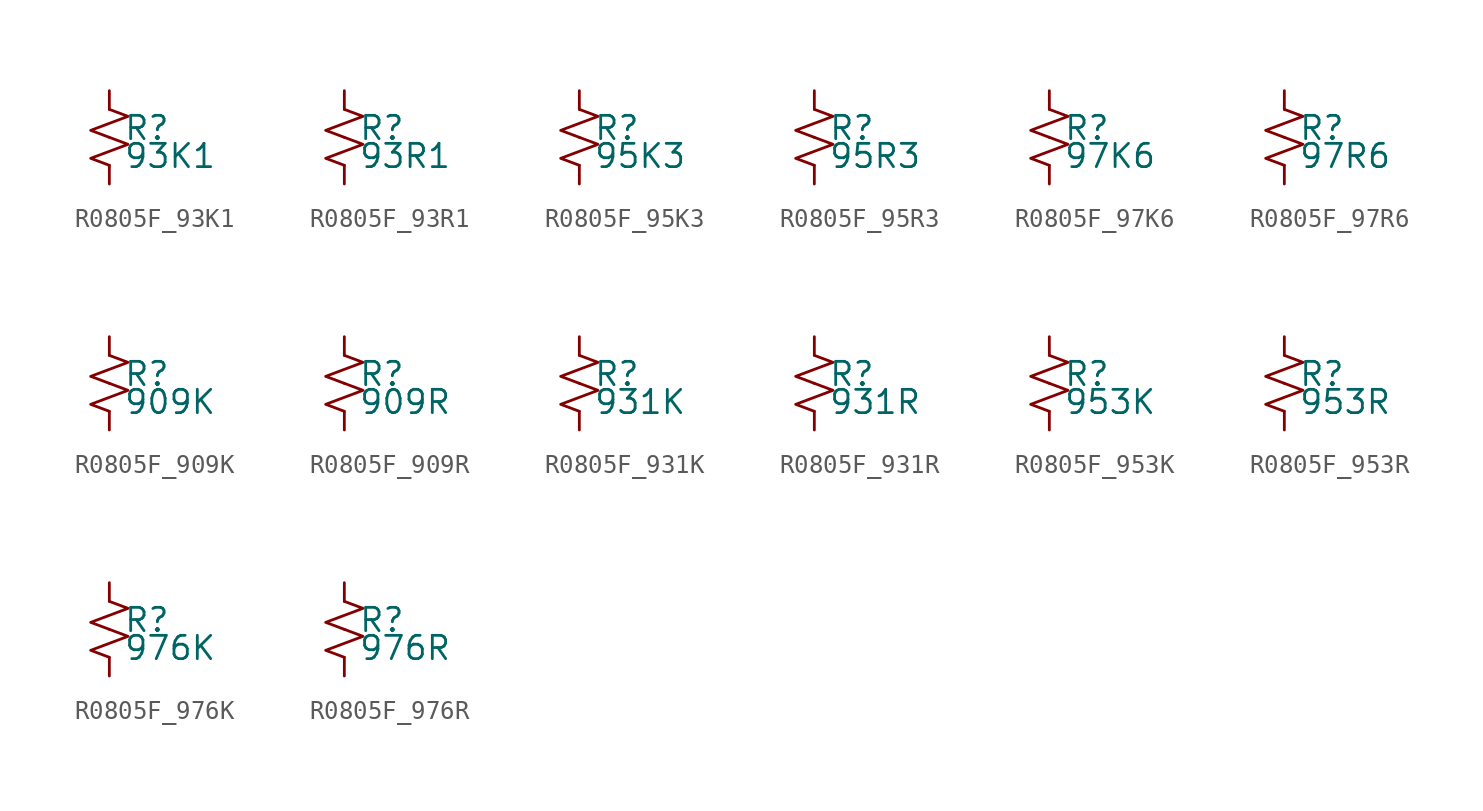
<source format=kicad_sym>
(kicad_symbol_lib
  (version 20220914)
  (generator kicad_symbol_editor)
  (symbol "R0805F_93K1"
    (pin_numbers hide)
    (pin_names
      (offset 0.254) hide)
    (property "Reference" "R"
      (at 0.762 0.508 0)
      (effects (font (size 1.27 1.27)) (justify left)))
    (property "Value" "93K1"
      (at 0.762 -1.016 0)
      (effects (font (size 1.27 1.27)) (justify left)))
    (symbol "R0805F_93K1_1_1"
      (polyline (pts (xy 0 0) (xy 1.016 -0.381) (xy 0 -0.762) (xy -1.016 -1.143) (xy 0 -1.524)) (stroke (width 0) (type default)) (fill (type none)))
      (polyline (pts (xy 0 1.524) (xy 1.016 1.143) (xy 0 0.762) (xy -1.016 0.381) (xy 0 0)) (stroke (width 0) (type default)) (fill (type none)))
      (pin passive line (at 0 2.54 270) (length 1.016) (name "~" (effects (font (size 1.27 1.27)))) (number "1" (effects (font (size 1.27 1.27)))))
      (pin passive line (at 0 -2.54 90) (length 1.016) (name "~" (effects (font (size 1.27 1.27)))) (number "2" (effects (font (size 1.27 1.27)))))))
  (symbol "R0805F_93R1"
    (pin_numbers hide)
    (pin_names
      (offset 0.254) hide)
    (property "Reference" "R"
      (at 0.762 0.508 0)
      (effects (font (size 1.27 1.27)) (justify left)))
    (property "Value" "93R1"
      (at 0.762 -1.016 0)
      (effects (font (size 1.27 1.27)) (justify left)))
    (symbol "R0805F_93R1_1_1"
      (polyline (pts (xy 0 0) (xy 1.016 -0.381) (xy 0 -0.762) (xy -1.016 -1.143) (xy 0 -1.524)) (stroke (width 0) (type default)) (fill (type none)))
      (polyline (pts (xy 0 1.524) (xy 1.016 1.143) (xy 0 0.762) (xy -1.016 0.381) (xy 0 0)) (stroke (width 0) (type default)) (fill (type none)))
      (pin passive line (at 0 2.54 270) (length 1.016) (name "~" (effects (font (size 1.27 1.27)))) (number "1" (effects (font (size 1.27 1.27)))))
      (pin passive line (at 0 -2.54 90) (length 1.016) (name "~" (effects (font (size 1.27 1.27)))) (number "2" (effects (font (size 1.27 1.27)))))))
  (symbol "R0805F_95K3"
    (pin_numbers hide)
    (pin_names
      (offset 0.254) hide)
    (property "Reference" "R"
      (at 0.762 0.508 0)
      (effects (font (size 1.27 1.27)) (justify left)))
    (property "Value" "95K3"
      (at 0.762 -1.016 0)
      (effects (font (size 1.27 1.27)) (justify left)))
    (symbol "R0805F_95K3_1_1"
      (polyline (pts (xy 0 0) (xy 1.016 -0.381) (xy 0 -0.762) (xy -1.016 -1.143) (xy 0 -1.524)) (stroke (width 0) (type default)) (fill (type none)))
      (polyline (pts (xy 0 1.524) (xy 1.016 1.143) (xy 0 0.762) (xy -1.016 0.381) (xy 0 0)) (stroke (width 0) (type default)) (fill (type none)))
      (pin passive line (at 0 2.54 270) (length 1.016) (name "~" (effects (font (size 1.27 1.27)))) (number "1" (effects (font (size 1.27 1.27)))))
      (pin passive line (at 0 -2.54 90) (length 1.016) (name "~" (effects (font (size 1.27 1.27)))) (number "2" (effects (font (size 1.27 1.27)))))))
  (symbol "R0805F_95R3"
    (pin_numbers hide)
    (pin_names
      (offset 0.254) hide)
    (property "Reference" "R"
      (at 0.762 0.508 0)
      (effects (font (size 1.27 1.27)) (justify left)))
    (property "Value" "95R3"
      (at 0.762 -1.016 0)
      (effects (font (size 1.27 1.27)) (justify left)))
    (symbol "R0805F_95R3_1_1"
      (polyline (pts (xy 0 0) (xy 1.016 -0.381) (xy 0 -0.762) (xy -1.016 -1.143) (xy 0 -1.524)) (stroke (width 0) (type default)) (fill (type none)))
      (polyline (pts (xy 0 1.524) (xy 1.016 1.143) (xy 0 0.762) (xy -1.016 0.381) (xy 0 0)) (stroke (width 0) (type default)) (fill (type none)))
      (pin passive line (at 0 2.54 270) (length 1.016) (name "~" (effects (font (size 1.27 1.27)))) (number "1" (effects (font (size 1.27 1.27)))))
      (pin passive line (at 0 -2.54 90) (length 1.016) (name "~" (effects (font (size 1.27 1.27)))) (number "2" (effects (font (size 1.27 1.27)))))))
  (symbol "R0805F_97K6"
    (pin_numbers hide)
    (pin_names
      (offset 0.254) hide)
    (property "Reference" "R"
      (at 0.762 0.508 0)
      (effects (font (size 1.27 1.27)) (justify left)))
    (property "Value" "97K6"
      (at 0.762 -1.016 0)
      (effects (font (size 1.27 1.27)) (justify left)))
    (symbol "R0805F_97K6_1_1"
      (polyline (pts (xy 0 0) (xy 1.016 -0.381) (xy 0 -0.762) (xy -1.016 -1.143) (xy 0 -1.524)) (stroke (width 0) (type default)) (fill (type none)))
      (polyline (pts (xy 0 1.524) (xy 1.016 1.143) (xy 0 0.762) (xy -1.016 0.381) (xy 0 0)) (stroke (width 0) (type default)) (fill (type none)))
      (pin passive line (at 0 2.54 270) (length 1.016) (name "~" (effects (font (size 1.27 1.27)))) (number "1" (effects (font (size 1.27 1.27)))))
      (pin passive line (at 0 -2.54 90) (length 1.016) (name "~" (effects (font (size 1.27 1.27)))) (number "2" (effects (font (size 1.27 1.27)))))))
  (symbol "R0805F_97R6"
    (pin_numbers hide)
    (pin_names
      (offset 0.254) hide)
    (property "Reference" "R"
      (at 0.762 0.508 0)
      (effects (font (size 1.27 1.27)) (justify left)))
    (property "Value" "97R6"
      (at 0.762 -1.016 0)
      (effects (font (size 1.27 1.27)) (justify left)))
    (symbol "R0805F_97R6_1_1"
      (polyline (pts (xy 0 0) (xy 1.016 -0.381) (xy 0 -0.762) (xy -1.016 -1.143) (xy 0 -1.524)) (stroke (width 0) (type default)) (fill (type none)))
      (polyline (pts (xy 0 1.524) (xy 1.016 1.143) (xy 0 0.762) (xy -1.016 0.381) (xy 0 0)) (stroke (width 0) (type default)) (fill (type none)))
      (pin passive line (at 0 2.54 270) (length 1.016) (name "~" (effects (font (size 1.27 1.27)))) (number "1" (effects (font (size 1.27 1.27)))))
      (pin passive line (at 0 -2.54 90) (length 1.016) (name "~" (effects (font (size 1.27 1.27)))) (number "2" (effects (font (size 1.27 1.27)))))))
  (symbol "R0805F_909K"
    (pin_numbers hide)
    (pin_names
      (offset 0.254) hide)
    (property "Reference" "R"
      (at 0.762 0.508 0)
      (effects (font (size 1.27 1.27)) (justify left)))
    (property "Value" "909K"
      (at 0.762 -1.016 0)
      (effects (font (size 1.27 1.27)) (justify left)))
    (symbol "R0805F_909K_1_1"
      (polyline (pts (xy 0 0) (xy 1.016 -0.381) (xy 0 -0.762) (xy -1.016 -1.143) (xy 0 -1.524)) (stroke (width 0) (type default)) (fill (type none)))
      (polyline (pts (xy 0 1.524) (xy 1.016 1.143) (xy 0 0.762) (xy -1.016 0.381) (xy 0 0)) (stroke (width 0) (type default)) (fill (type none)))
      (pin passive line (at 0 2.54 270) (length 1.016) (name "~" (effects (font (size 1.27 1.27)))) (number "1" (effects (font (size 1.27 1.27)))))
      (pin passive line (at 0 -2.54 90) (length 1.016) (name "~" (effects (font (size 1.27 1.27)))) (number "2" (effects (font (size 1.27 1.27)))))))
  (symbol "R0805F_909R"
    (pin_numbers hide)
    (pin_names
      (offset 0.254) hide)
    (property "Reference" "R"
      (at 0.762 0.508 0)
      (effects (font (size 1.27 1.27)) (justify left)))
    (property "Value" "909R"
      (at 0.762 -1.016 0)
      (effects (font (size 1.27 1.27)) (justify left)))
    (symbol "R0805F_909R_1_1"
      (polyline (pts (xy 0 0) (xy 1.016 -0.381) (xy 0 -0.762) (xy -1.016 -1.143) (xy 0 -1.524)) (stroke (width 0) (type default)) (fill (type none)))
      (polyline (pts (xy 0 1.524) (xy 1.016 1.143) (xy 0 0.762) (xy -1.016 0.381) (xy 0 0)) (stroke (width 0) (type default)) (fill (type none)))
      (pin passive line (at 0 2.54 270) (length 1.016) (name "~" (effects (font (size 1.27 1.27)))) (number "1" (effects (font (size 1.27 1.27)))))
      (pin passive line (at 0 -2.54 90) (length 1.016) (name "~" (effects (font (size 1.27 1.27)))) (number "2" (effects (font (size 1.27 1.27)))))))
  (symbol "R0805F_931K"
    (pin_numbers hide)
    (pin_names
      (offset 0.254) hide)
    (property "Reference" "R"
      (at 0.762 0.508 0)
      (effects (font (size 1.27 1.27)) (justify left)))
    (property "Value" "931K"
      (at 0.762 -1.016 0)
      (effects (font (size 1.27 1.27)) (justify left)))
    (symbol "R0805F_931K_1_1"
      (polyline (pts (xy 0 0) (xy 1.016 -0.381) (xy 0 -0.762) (xy -1.016 -1.143) (xy 0 -1.524)) (stroke (width 0) (type default)) (fill (type none)))
      (polyline (pts (xy 0 1.524) (xy 1.016 1.143) (xy 0 0.762) (xy -1.016 0.381) (xy 0 0)) (stroke (width 0) (type default)) (fill (type none)))
      (pin passive line (at 0 2.54 270) (length 1.016) (name "~" (effects (font (size 1.27 1.27)))) (number "1" (effects (font (size 1.27 1.27)))))
      (pin passive line (at 0 -2.54 90) (length 1.016) (name "~" (effects (font (size 1.27 1.27)))) (number "2" (effects (font (size 1.27 1.27)))))))
  (symbol "R0805F_931R"
    (pin_numbers hide)
    (pin_names
      (offset 0.254) hide)
    (property "Reference" "R"
      (at 0.762 0.508 0)
      (effects (font (size 1.27 1.27)) (justify left)))
    (property "Value" "931R"
      (at 0.762 -1.016 0)
      (effects (font (size 1.27 1.27)) (justify left)))
    (symbol "R0805F_931R_1_1"
      (polyline (pts (xy 0 0) (xy 1.016 -0.381) (xy 0 -0.762) (xy -1.016 -1.143) (xy 0 -1.524)) (stroke (width 0) (type default)) (fill (type none)))
      (polyline (pts (xy 0 1.524) (xy 1.016 1.143) (xy 0 0.762) (xy -1.016 0.381) (xy 0 0)) (stroke (width 0) (type default)) (fill (type none)))
      (pin passive line (at 0 2.54 270) (length 1.016) (name "~" (effects (font (size 1.27 1.27)))) (number "1" (effects (font (size 1.27 1.27)))))
      (pin passive line (at 0 -2.54 90) (length 1.016) (name "~" (effects (font (size 1.27 1.27)))) (number "2" (effects (font (size 1.27 1.27)))))))
  (symbol "R0805F_953K"
    (pin_numbers hide)
    (pin_names
      (offset 0.254) hide)
    (property "Reference" "R"
      (at 0.762 0.508 0)
      (effects (font (size 1.27 1.27)) (justify left)))
    (property "Value" "953K"
      (at 0.762 -1.016 0)
      (effects (font (size 1.27 1.27)) (justify left)))
    (symbol "R0805F_953K_1_1"
      (polyline (pts (xy 0 0) (xy 1.016 -0.381) (xy 0 -0.762) (xy -1.016 -1.143) (xy 0 -1.524)) (stroke (width 0) (type default)) (fill (type none)))
      (polyline (pts (xy 0 1.524) (xy 1.016 1.143) (xy 0 0.762) (xy -1.016 0.381) (xy 0 0)) (stroke (width 0) (type default)) (fill (type none)))
      (pin passive line (at 0 2.54 270) (length 1.016) (name "~" (effects (font (size 1.27 1.27)))) (number "1" (effects (font (size 1.27 1.27)))))
      (pin passive line (at 0 -2.54 90) (length 1.016) (name "~" (effects (font (size 1.27 1.27)))) (number "2" (effects (font (size 1.27 1.27)))))))
  (symbol "R0805F_953R"
    (pin_numbers hide)
    (pin_names
      (offset 0.254) hide)
    (property "Reference" "R"
      (at 0.762 0.508 0)
      (effects (font (size 1.27 1.27)) (justify left)))
    (property "Value" "953R"
      (at 0.762 -1.016 0)
      (effects (font (size 1.27 1.27)) (justify left)))
    (symbol "R0805F_953R_1_1"
      (polyline (pts (xy 0 0) (xy 1.016 -0.381) (xy 0 -0.762) (xy -1.016 -1.143) (xy 0 -1.524)) (stroke (width 0) (type default)) (fill (type none)))
      (polyline (pts (xy 0 1.524) (xy 1.016 1.143) (xy 0 0.762) (xy -1.016 0.381) (xy 0 0)) (stroke (width 0) (type default)) (fill (type none)))
      (pin passive line (at 0 2.54 270) (length 1.016) (name "~" (effects (font (size 1.27 1.27)))) (number "1" (effects (font (size 1.27 1.27)))))
      (pin passive line (at 0 -2.54 90) (length 1.016) (name "~" (effects (font (size 1.27 1.27)))) (number "2" (effects (font (size 1.27 1.27)))))))
  (symbol "R0805F_976K"
    (pin_numbers hide)
    (pin_names
      (offset 0.254) hide)
    (property "Reference" "R"
      (at 0.762 0.508 0)
      (effects (font (size 1.27 1.27)) (justify left)))
    (property "Value" "976K"
      (at 0.762 -1.016 0)
      (effects (font (size 1.27 1.27)) (justify left)))
    (symbol "R0805F_976K_1_1"
      (polyline (pts (xy 0 0) (xy 1.016 -0.381) (xy 0 -0.762) (xy -1.016 -1.143) (xy 0 -1.524)) (stroke (width 0) (type default)) (fill (type none)))
      (polyline (pts (xy 0 1.524) (xy 1.016 1.143) (xy 0 0.762) (xy -1.016 0.381) (xy 0 0)) (stroke (width 0) (type default)) (fill (type none)))
      (pin passive line (at 0 2.54 270) (length 1.016) (name "~" (effects (font (size 1.27 1.27)))) (number "1" (effects (font (size 1.27 1.27)))))
      (pin passive line (at 0 -2.54 90) (length 1.016) (name "~" (effects (font (size 1.27 1.27)))) (number "2" (effects (font (size 1.27 1.27)))))))
  (symbol "R0805F_976R"
    (pin_numbers hide)
    (pin_names
      (offset 0.254) hide)
    (property "Reference" "R"
      (at 0.762 0.508 0)
      (effects (font (size 1.27 1.27)) (justify left)))
    (property "Value" "976R"
      (at 0.762 -1.016 0)
      (effects (font (size 1.27 1.27)) (justify left)))
    (symbol "R0805F_976R_1_1"
      (polyline (pts (xy 0 0) (xy 1.016 -0.381) (xy 0 -0.762) (xy -1.016 -1.143) (xy 0 -1.524)) (stroke (width 0) (type default)) (fill (type none)))
      (polyline (pts (xy 0 1.524) (xy 1.016 1.143) (xy 0 0.762) (xy -1.016 0.381) (xy 0 0)) (stroke (width 0) (type default)) (fill (type none)))
      (pin passive line (at 0 2.54 270) (length 1.016) (name "~" (effects (font (size 1.27 1.27)))) (number "1" (effects (font (size 1.27 1.27)))))
      (pin passive line (at 0 -2.54 90) (length 1.016) (name "~" (effects (font (size 1.27 1.27)))) (number "2" (effects (font (size 1.27 1.27))))))))
</source>
